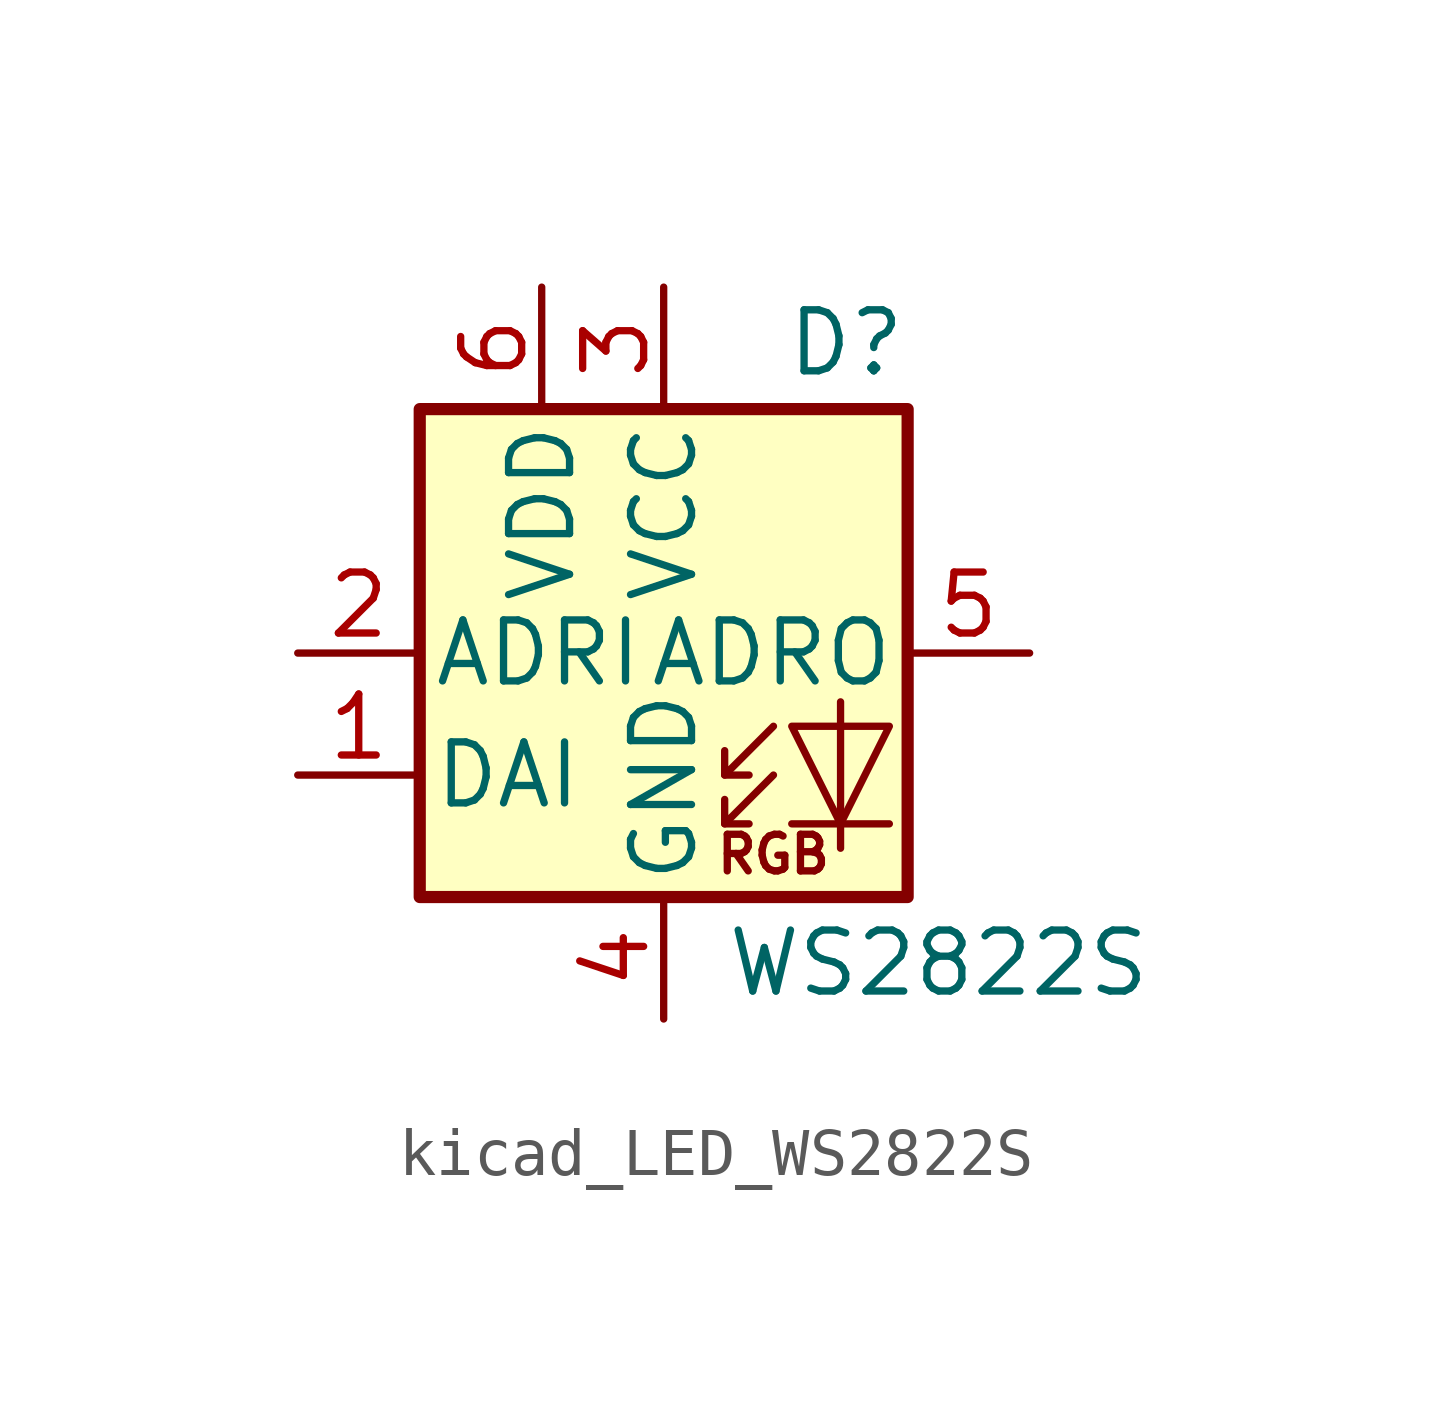
<source format=kicad_sym>
(kicad_symbol_lib
  (version 20220914)
  (generator kicad_symbol_editor)
  (symbol "kicad_LED_WS2822S"
    (pin_names
      (offset 0.254))
    (property "Reference" "D"
      (at 5.08 5.715 0)
      (effects (font (size 1.27 1.27)) (justify right bottom)))
    (property "Value" "WS2822S"
      (at 1.27 -5.715 0)
      (effects (font (size 1.27 1.27)) (justify left top)))
    (symbol "kicad_LED_WS2822S_0_0"
      (text "RGB" (at 2.286 -4.191 0) (effects (font (size 0.762 0.762)))))
    (symbol "kicad_LED_WS2822S_0_1"
      (rectangle (start -5.08 5.08) (end 5.08 -5.08) (stroke (width 0.254) (type default)) (fill (type background)))
      (polyline (pts (xy 1.27 -3.556) (xy 1.778 -3.556)) (stroke (width 0) (type default)) (fill (type none)))
      (polyline (pts (xy 1.27 -2.54) (xy 1.778 -2.54)) (stroke (width 0) (type default)) (fill (type none)))
      (polyline (pts (xy 4.699 -3.556) (xy 2.667 -3.556)) (stroke (width 0) (type default)) (fill (type none)))
      (polyline (pts (xy 2.286 -2.54) (xy 1.27 -3.556) (xy 1.27 -3.048)) (stroke (width 0) (type default)) (fill (type none)))
      (polyline (pts (xy 2.286 -1.524) (xy 1.27 -2.54) (xy 1.27 -2.032)) (stroke (width 0) (type default)) (fill (type none)))
      (polyline (pts (xy 3.683 -1.016) (xy 3.683 -3.556) (xy 3.683 -4.064)) (stroke (width 0) (type default)) (fill (type none)))
      (polyline (pts (xy 4.699 -1.524) (xy 2.667 -1.524) (xy 3.683 -3.556) (xy 4.699 -1.524)) (stroke (width 0) (type default)) (fill (type none))))
    (symbol "kicad_LED_WS2822S_1_1"
      (pin input line (at -7.62 -2.54 0) (length 2.54) (name "DAI" (effects (font (size 1.27 1.27)))) (number "1" (effects (font (size 1.27 1.27)))))
      (pin input line (at -7.62 0 0) (length 2.54) (name "ADRI" (effects (font (size 1.27 1.27)))) (number "2" (effects (font (size 1.27 1.27)))))
      (pin power_in line (at 0 7.62 270) (length 2.54) (name "VCC" (effects (font (size 1.27 1.27)))) (number "3" (effects (font (size 1.27 1.27)))))
      (pin power_in line (at 0 -7.62 90) (length 2.54) (name "GND" (effects (font (size 1.27 1.27)))) (number "4" (effects (font (size 1.27 1.27)))))
      (pin output line (at 7.62 0 180) (length 2.54) (name "ADRO" (effects (font (size 1.27 1.27)))) (number "5" (effects (font (size 1.27 1.27)))))
      (pin power_in line (at -2.54 7.62 270) (length 2.54) (name "VDD" (effects (font (size 1.27 1.27)))) (number "6" (effects (font (size 1.27 1.27))))))))
</source>
